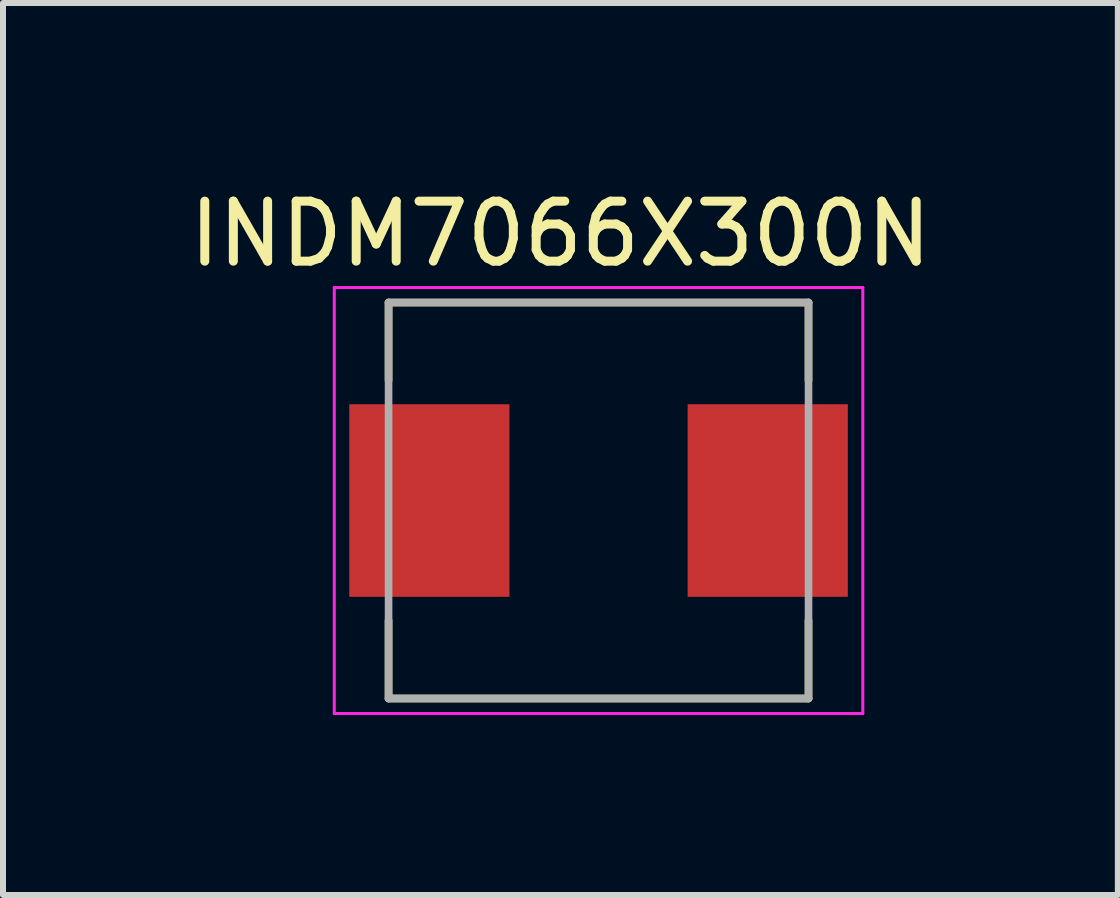
<source format=kicad_pcb>
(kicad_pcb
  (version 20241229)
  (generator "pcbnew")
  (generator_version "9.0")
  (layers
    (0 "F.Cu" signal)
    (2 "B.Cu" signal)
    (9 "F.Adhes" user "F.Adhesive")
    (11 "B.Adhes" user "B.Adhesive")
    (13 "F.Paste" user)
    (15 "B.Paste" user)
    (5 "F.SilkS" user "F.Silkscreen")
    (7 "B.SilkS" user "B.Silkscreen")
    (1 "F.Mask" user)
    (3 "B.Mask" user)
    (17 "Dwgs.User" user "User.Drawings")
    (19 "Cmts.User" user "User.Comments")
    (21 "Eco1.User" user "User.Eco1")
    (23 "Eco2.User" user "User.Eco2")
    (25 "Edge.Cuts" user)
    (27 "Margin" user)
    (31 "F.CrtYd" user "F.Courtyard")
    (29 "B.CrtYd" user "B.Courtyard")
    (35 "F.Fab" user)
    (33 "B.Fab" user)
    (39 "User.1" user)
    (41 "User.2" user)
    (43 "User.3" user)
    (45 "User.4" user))
  (footprint "INDM7066X300N"
    (layer "F.Cu")
    (at 6.927 5.293)
    (property "Reference" "INDM7066X300N" (at -0.635 -4.445 0) (layer "F.SilkS") (effects (font (size 1 1) (thickness 0.15))))
    (attr smd)
    (fp_line (start -3.5 -3.3) (end 3.5 -3.3) (stroke (width 0.127) (type solid)) (layer "F.SilkS"))
    (fp_line (start -3.5 -2) (end -3.5 -3.3) (stroke (width 0.127) (type solid)) (layer "F.SilkS"))
    (fp_line (start -3.5 2) (end -3.5 3.3) (stroke (width 0.127) (type solid)) (layer "F.SilkS"))
    (fp_line (start -3.5 3.3) (end 3.5 3.3) (stroke (width 0.127) (type solid)) (layer "F.SilkS"))
    (fp_line (start 3.5 -3.3) (end 3.5 -2) (stroke (width 0.127) (type solid)) (layer "F.SilkS"))
    (fp_line (start 3.5 3.3) (end 3.5 2) (stroke (width 0.127) (type solid)) (layer "F.SilkS"))
    (fp_line (start -4.405 -3.55) (end 4.405 -3.55) (stroke (width 0.05) (type solid)) (layer "F.CrtYd"))
    (fp_line (start -4.405 3.55) (end -4.405 -3.55) (stroke (width 0.05) (type solid)) (layer "F.CrtYd"))
    (fp_line (start 4.405 -3.55) (end 4.405 3.55) (stroke (width 0.05) (type solid)) (layer "F.CrtYd"))
    (fp_line (start 4.405 3.55) (end -4.405 3.55) (stroke (width 0.05) (type solid)) (layer "F.CrtYd"))
    (fp_line (start -3.5 -3.3) (end 3.5 -3.3) (stroke (width 0.127) (type solid)) (layer "F.Fab"))
    (fp_line (start -3.5 3.3) (end -3.5 -3.3) (stroke (width 0.127) (type solid)) (layer "F.Fab"))
    (fp_line (start 3.5 -3.3) (end 3.5 3.3) (stroke (width 0.127) (type solid)) (layer "F.Fab"))
    (fp_line (start 3.5 3.3) (end -3.5 3.3) (stroke (width 0.127) (type solid)) (layer "F.Fab"))
    (pad "1" smd rect (at -2.82 0) (size 2.67 3.21) (layers "F.Cu" "F.Mask" "F.Paste"))
    (pad "2" smd rect (at 2.82 0) (size 2.67 3.21) (layers "F.Cu" "F.Mask" "F.Paste")))
  (gr_rect
    (start -3 -3)
    (end 15.583 11.868)
    (stroke (width 0.1) (type default))
    (fill no)
    (layer "Edge.Cuts")))
</source>
